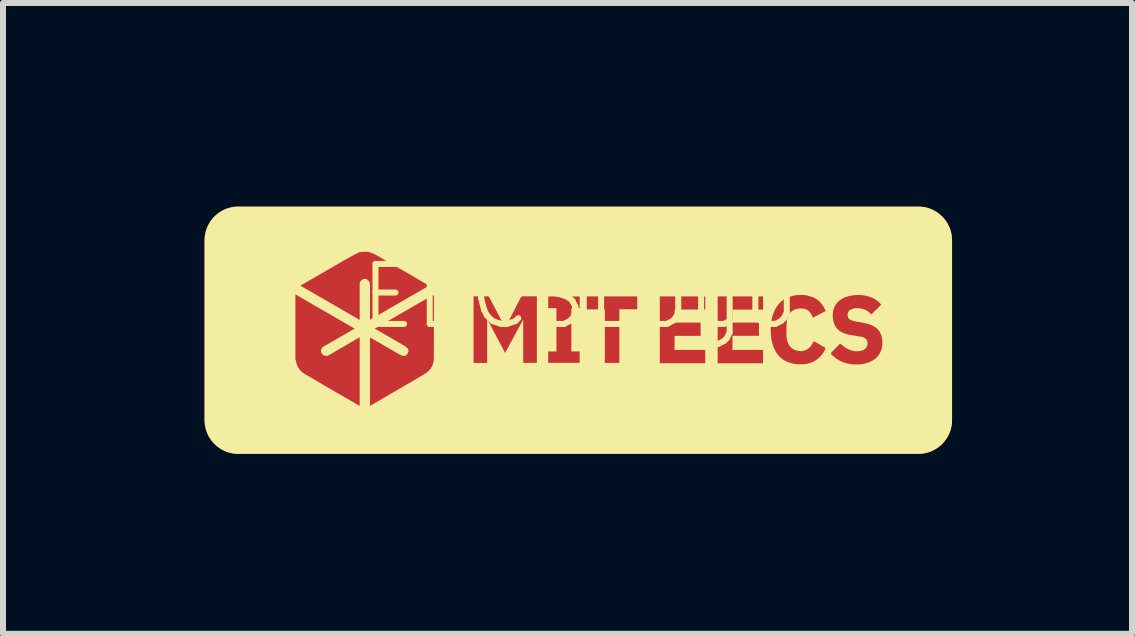
<source format=kicad_pcb>
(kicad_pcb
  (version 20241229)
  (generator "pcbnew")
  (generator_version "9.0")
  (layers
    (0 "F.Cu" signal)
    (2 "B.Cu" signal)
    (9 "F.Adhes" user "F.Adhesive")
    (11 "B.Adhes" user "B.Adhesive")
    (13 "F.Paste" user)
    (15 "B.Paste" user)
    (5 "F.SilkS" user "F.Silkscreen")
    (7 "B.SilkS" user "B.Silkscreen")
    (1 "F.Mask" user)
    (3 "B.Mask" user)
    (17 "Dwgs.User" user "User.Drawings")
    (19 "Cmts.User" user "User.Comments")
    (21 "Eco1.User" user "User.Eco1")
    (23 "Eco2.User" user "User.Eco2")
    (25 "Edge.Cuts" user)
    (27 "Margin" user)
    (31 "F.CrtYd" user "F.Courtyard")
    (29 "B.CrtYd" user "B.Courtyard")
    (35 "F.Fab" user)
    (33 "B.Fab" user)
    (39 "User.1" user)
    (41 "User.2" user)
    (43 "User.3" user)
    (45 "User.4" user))
  (footprint "EECSLogo"
    (layer "F.Cu")
    (at 0.25 0.25)
    (property "Reference" "EECSLogo" (at 6.365 1.643 0) (unlocked yes) (layer "F.SilkS") (effects (font (size 1 1) (thickness 0.1))))
    (fp_poly (pts (xy 12.039 0.145) (xy 12.068 0.147) (xy 12.096 0.15) (xy 12.123 0.155) (xy 12.151 0.162) (xy 12.177 0.169) (xy 12.204 0.178) (xy 12.229 0.188) (xy 12.254 0.199) (xy 12.278 0.212) (xy 12.302 0.225) (xy 12.325 0.24) (xy 12.347 0.256) (xy 12.368 0.273) (xy 12.389 0.29) (xy 12.408 0.309) (xy 12.427 0.328) (xy 12.444 0.349) (xy 12.461 0.37) (xy 12.477 0.392) (xy 12.491 0.415) (xy 12.505 0.439) (xy 12.517 0.463) (xy 12.529 0.488) (xy 12.539 0.513) (xy 12.548 0.54) (xy 12.555 0.566) (xy 12.562 0.593) (xy 12.567 0.621) (xy 12.57 0.649) (xy 12.572 0.678) (xy 12.573 0.707) (xy 12.573 3.704) (xy 12.572 3.733) (xy 12.57 3.762) (xy 12.567 3.79) (xy 12.562 3.818) (xy 12.555 3.845) (xy 12.548 3.872) (xy 12.539 3.898) (xy 12.529 3.923) (xy 12.517 3.948) (xy 12.505 3.973) (xy 12.491 3.996) (xy 12.477 4.019) (xy 12.461 4.041) (xy 12.444 4.062) (xy 12.427 4.083) (xy 12.408 4.102) (xy 12.389 4.121) (xy 12.368 4.139) (xy 12.347 4.155) (xy 12.325 4.171) (xy 12.302 4.186) (xy 12.278 4.199) (xy 12.254 4.212) (xy 12.229 4.223) (xy 12.204 4.233) (xy 12.177 4.242) (xy 12.151 4.249) (xy 12.123 4.256) (xy 12.096 4.261) (xy 12.068 4.264) (xy 12.039 4.266) (xy 12.01 4.267) (xy 0.673 4.267) (xy 0.644 4.266) (xy 0.616 4.264) (xy 0.587 4.261) (xy 0.56 4.256) (xy 0.532 4.249) (xy 0.506 4.242) (xy 0.48 4.233) (xy 0.454 4.223) (xy 0.429 4.212) (xy 0.405 4.199) (xy 0.381 4.186) (xy 0.358 4.171) (xy 0.336 4.155) (xy 0.315 4.139) (xy 0.295 4.121) (xy 0.275 4.102) (xy 0.256 4.083) (xy 0.239 4.062) (xy 0.222 4.041) (xy 0.206 4.019) (xy 0.192 3.996) (xy 0.178 3.973) (xy 0.166 3.948) (xy 0.154 3.923) (xy 0.144 3.898) (xy 0.135 3.872) (xy 0.128 3.845) (xy 0.122 3.818) (xy 0.117 3.79) (xy 0.113 3.762) (xy 0.111 3.733) (xy 0.11 3.704) (xy 0.11 0.707) (xy 0.111 0.678) (xy 0.113 0.649) (xy 0.117 0.621) (xy 0.122 0.593) (xy 0.128 0.566) (xy 0.135 0.54) (xy 0.144 0.513) (xy 0.154 0.488) (xy 0.166 0.463) (xy 0.178 0.439) (xy 0.192 0.415) (xy 0.206 0.392) (xy 0.222 0.37) (xy 0.239 0.349) (xy 0.256 0.328) (xy 0.275 0.309) (xy 0.295 0.29) (xy 0.315 0.273) (xy 0.336 0.256) (xy 0.358 0.24) (xy 0.381 0.225) (xy 0.405 0.212) (xy 0.429 0.199) (xy 0.454 0.188) (xy 0.48 0.178) (xy 0.506 0.169) (xy 0.532 0.162) (xy 0.56 0.155) (xy 0.587 0.15) (xy 0.616 0.147) (xy 0.644 0.145) (xy 0.673 0.144) (xy 12.01 0.144)) (stroke (width 0) (type solid)) (fill yes) (layer "F.Cu"))
    (fp_poly (pts (xy 8.458 1.861) (xy 7.947 1.861) (xy 7.947 2.078) (xy 8.381 2.078) (xy 8.381 2.3) (xy 7.947 2.3) (xy 7.947 2.534) (xy 8.458 2.534) (xy 8.458 2.755) (xy 7.7 2.755) (xy 7.7 1.642) (xy 8.458 1.642)) (stroke (width 0) (type solid)) (fill yes) (layer "F.Mask"))
    (fp_poly (pts (xy 9.423 1.862) (xy 8.912 1.862) (xy 8.912 2.078) (xy 9.353 2.078) (xy 9.353 2.299) (xy 8.912 2.299) (xy 8.912 2.534) (xy 9.422 2.534) (xy 9.422 2.756) (xy 8.665 2.756) (xy 8.665 1.642) (xy 9.423 1.642)) (stroke (width 0) (type solid)) (fill yes) (layer "F.Mask"))
    (fp_poly (pts (xy 2.867 0.906) (xy 2.891 0.915) (xy 2.914 0.925) (xy 2.937 0.935) (xy 2.959 0.946) (xy 2.982 0.958) (xy 3.025 0.982) (xy 3.069 1.008) (xy 3.112 1.034) (xy 3.155 1.06) (xy 3.198 1.085) (xy 3.275 1.128) (xy 3.352 1.172) (xy 3.506 1.26) (xy 3.841 1.456) (xy 3.842 1.456) (xy 3.842 1.456) (xy 3.842 1.456) (xy 3.843 1.457) (xy 3.843 1.458) (xy 3.844 1.459) (xy 3.846 1.461) (xy 3.847 1.463) (xy 3.849 1.465) (xy 2.87 2.031) (xy 2.869 2.011) (xy 2.869 2.002) (xy 2.869 1.998) (xy 2.869 1.994) (xy 2.869 1.46) (xy 2.869 1.454) (xy 2.869 1.448) (xy 2.868 1.441) (xy 2.867 1.435) (xy 2.867 1.429) (xy 2.865 1.423) (xy 2.864 1.417) (xy 2.862 1.411) (xy 2.86 1.405) (xy 2.858 1.4) (xy 2.855 1.394) (xy 2.852 1.389) (xy 2.848 1.384) (xy 2.846 1.381) (xy 2.844 1.379) (xy 2.842 1.377) (xy 2.84 1.374) (xy 2.838 1.372) (xy 2.835 1.37) (xy 2.834 1.37) (xy 2.83 1.366) (xy 2.824 1.362) (xy 2.819 1.359) (xy 2.814 1.356) (xy 2.809 1.354) (xy 2.804 1.352) (xy 2.798 1.35) (xy 2.793 1.349) (xy 2.787 1.349) (xy 2.784 1.349) (xy 2.781 1.349) (xy 2.778 1.349) (xy 2.776 1.349) (xy 2.773 1.349) (xy 2.77 1.35) (xy 2.767 1.351) (xy 2.764 1.352) (xy 2.761 1.352) (xy 2.758 1.354) (xy 2.755 1.355) (xy 2.752 1.356) (xy 2.749 1.358) (xy 2.746 1.359) (xy 2.74 1.363) (xy 2.735 1.366) (xy 2.73 1.37) (xy 2.725 1.374) (xy 2.721 1.378) (xy 2.717 1.383) (xy 2.713 1.387) (xy 2.71 1.392) (xy 2.707 1.397) (xy 2.704 1.402) (xy 2.702 1.408) (xy 2.7 1.414) (xy 2.699 1.42) (xy 2.698 1.426) (xy 2.697 1.433) (xy 2.697 1.44) (xy 2.697 1.992) (xy 2.697 2.034) (xy 1.708 1.462) (xy 1.872 1.368) (xy 2.211 1.172) (xy 2.349 1.092) (xy 2.418 1.052) (xy 2.488 1.012) (xy 2.532 0.988) (xy 2.576 0.964) (xy 2.621 0.94) (xy 2.666 0.917) (xy 2.669 0.916) (xy 2.672 0.914) (xy 2.676 0.913) (xy 2.679 0.911) (xy 2.686 0.909) (xy 2.694 0.907) (xy 2.708 0.902) (xy 2.715 0.9) (xy 2.723 0.898) (xy 2.843 0.898)) (stroke (width 0) (type solid)) (fill yes) (layer "F.Mask"))
    (fp_poly (pts (xy 1.948 1.795) (xy 2.252 1.97) (xy 2.564 2.151) (xy 2.575 2.157) (xy 2.587 2.164) (xy 2.614 2.178) (xy 2.466 2.264) (xy 2.095 2.478) (xy 2.091 2.481) (xy 2.087 2.483) (xy 2.084 2.486) (xy 2.081 2.488) (xy 2.077 2.491) (xy 2.074 2.494) (xy 2.072 2.497) (xy 2.069 2.501) (xy 2.067 2.504) (xy 2.064 2.507) (xy 2.062 2.511) (xy 2.061 2.514) (xy 2.059 2.518) (xy 2.057 2.521) (xy 2.056 2.525) (xy 2.055 2.529) (xy 2.054 2.533) (xy 2.053 2.536) (xy 2.053 2.54) (xy 2.052 2.544) (xy 2.052 2.548) (xy 2.052 2.552) (xy 2.053 2.556) (xy 2.053 2.56) (xy 2.054 2.564) (xy 2.054 2.568) (xy 2.055 2.572) (xy 2.057 2.575) (xy 2.058 2.579) (xy 2.06 2.583) (xy 2.061 2.587) (xy 2.063 2.591) (xy 2.066 2.594) (xy 2.068 2.598) (xy 2.071 2.601) (xy 2.074 2.605) (xy 2.076 2.608) (xy 2.079 2.611) (xy 2.083 2.613) (xy 2.086 2.616) (xy 2.089 2.619) (xy 2.093 2.621) (xy 2.096 2.623) (xy 2.1 2.625) (xy 2.104 2.627) (xy 2.108 2.628) (xy 2.112 2.63) (xy 2.116 2.631) (xy 2.12 2.632) (xy 2.124 2.632) (xy 2.128 2.633) (xy 2.133 2.633) (xy 2.137 2.634) (xy 2.141 2.633) (xy 2.146 2.633) (xy 2.15 2.633) (xy 2.155 2.632) (xy 2.159 2.631) (xy 2.164 2.63) (xy 2.168 2.628) (xy 2.173 2.627) (xy 2.177 2.625) (xy 2.181 2.622) (xy 2.186 2.62) (xy 2.312 2.546) (xy 2.439 2.472) (xy 2.697 2.323) (xy 2.697 3.463) (xy 2.684 3.463) (xy 2.681 3.46) (xy 2.678 3.458) (xy 2.671 3.453) (xy 2.668 3.45) (xy 2.664 3.448) (xy 2.663 3.447) (xy 2.661 3.446) (xy 2.659 3.445) (xy 2.657 3.444) (xy 2.479 3.342) (xy 2.302 3.24) (xy 1.792 2.942) (xy 1.779 2.934) (xy 1.766 2.926) (xy 1.754 2.917) (xy 1.742 2.908) (xy 1.731 2.898) (xy 1.72 2.888) (xy 1.71 2.877) (xy 1.7 2.866) (xy 1.691 2.855) (xy 1.683 2.843) (xy 1.675 2.831) (xy 1.667 2.818) (xy 1.661 2.804) (xy 1.655 2.79) (xy 1.649 2.776) (xy 1.644 2.761) (xy 1.641 2.751) (xy 1.639 2.741) (xy 1.636 2.731) (xy 1.634 2.721) (xy 1.629 2.701) (xy 1.625 2.682) (xy 1.625 1.608)) (stroke (width 0) (type solid)) (fill yes) (layer "F.Mask"))
    (fp_poly (pts (xy 3.935 1.646) (xy 3.934 2.662) (xy 3.933 2.682) (xy 3.932 2.703) (xy 3.929 2.722) (xy 3.925 2.742) (xy 3.92 2.76) (xy 3.914 2.778) (xy 3.911 2.787) (xy 3.907 2.796) (xy 3.903 2.805) (xy 3.899 2.813) (xy 3.894 2.821) (xy 3.89 2.829) (xy 3.884 2.837) (xy 3.879 2.845) (xy 3.874 2.853) (xy 3.868 2.86) (xy 3.861 2.868) (xy 3.855 2.875) (xy 3.848 2.882) (xy 3.841 2.889) (xy 3.834 2.895) (xy 3.826 2.902) (xy 3.819 2.908) (xy 3.81 2.914) (xy 3.802 2.92) (xy 3.793 2.926) (xy 3.753 2.951) (xy 3.711 2.976) (xy 3.628 3.025) (xy 3.462 3.121) (xy 3.11 3.326) (xy 2.875 3.463) (xy 2.868 3.463) (xy 2.868 2.327) (xy 2.937 2.365) (xy 2.971 2.384) (xy 3.004 2.403) (xy 3.286 2.567) (xy 3.315 2.584) (xy 3.33 2.592) (xy 3.345 2.601) (xy 3.36 2.609) (xy 3.375 2.616) (xy 3.39 2.623) (xy 3.398 2.627) (xy 3.406 2.63) (xy 3.409 2.631) (xy 3.413 2.632) (xy 3.416 2.633) (xy 3.419 2.634) (xy 3.423 2.634) (xy 3.426 2.635) (xy 3.429 2.635) (xy 3.433 2.635) (xy 3.436 2.635) (xy 3.439 2.635) (xy 3.442 2.634) (xy 3.445 2.633) (xy 3.449 2.633) (xy 3.452 2.632) (xy 3.455 2.631) (xy 3.458 2.629) (xy 3.461 2.628) (xy 3.463 2.626) (xy 3.466 2.625) (xy 3.469 2.623) (xy 3.472 2.621) (xy 3.474 2.619) (xy 3.477 2.617) (xy 3.479 2.614) (xy 3.482 2.612) (xy 3.484 2.61) (xy 3.487 2.607) (xy 3.489 2.604) (xy 3.491 2.601) (xy 3.493 2.598) (xy 3.495 2.595) (xy 3.497 2.592) (xy 3.501 2.585) (xy 3.504 2.579) (xy 3.505 2.575) (xy 3.506 2.572) (xy 3.507 2.569) (xy 3.508 2.565) (xy 3.509 2.562) (xy 3.509 2.559) (xy 3.51 2.555) (xy 3.51 2.552) (xy 3.51 2.549) (xy 3.51 2.546) (xy 3.51 2.543) (xy 3.51 2.539) (xy 3.509 2.536) (xy 3.509 2.533) (xy 3.508 2.53) (xy 3.507 2.527) (xy 3.506 2.524) (xy 3.505 2.521) (xy 3.503 2.518) (xy 3.502 2.515) (xy 3.5 2.513) (xy 3.498 2.51) (xy 3.496 2.507) (xy 3.493 2.504) (xy 3.491 2.502) (xy 3.488 2.499) (xy 3.485 2.497) (xy 3.482 2.494) (xy 3.475 2.489) (xy 3.467 2.483) (xy 3.452 2.473) (xy 3.436 2.463) (xy 3.421 2.453) (xy 3.388 2.434) (xy 3.356 2.415) (xy 3.202 2.325) (xy 3.047 2.235) (xy 3 2.208) (xy 2.949 2.179) (xy 3.935 1.609)) (stroke (width 0) (type solid)) (fill yes) (layer "F.Mask"))
    (fp_poly (pts (xy 10.084 1.618) (xy 10.111 1.62) (xy 10.137 1.623) (xy 10.163 1.628) (xy 10.189 1.635) (xy 10.214 1.643) (xy 10.24 1.652) (xy 10.266 1.662) (xy 10.281 1.669) (xy 10.295 1.677) (xy 10.309 1.685) (xy 10.322 1.694) (xy 10.335 1.703) (xy 10.347 1.713) (xy 10.359 1.724) (xy 10.37 1.735) (xy 10.381 1.747) (xy 10.391 1.759) (xy 10.401 1.771) (xy 10.411 1.784) (xy 10.42 1.797) (xy 10.428 1.811) (xy 10.437 1.825) (xy 10.445 1.84) (xy 10.447 1.845) (xy 10.45 1.85) (xy 10.455 1.861) (xy 10.461 1.873) (xy 10.467 1.885) (xy 10.254 1.996) (xy 10.25 1.986) (xy 10.245 1.977) (xy 10.236 1.958) (xy 10.231 1.949) (xy 10.226 1.94) (xy 10.221 1.931) (xy 10.218 1.927) (xy 10.215 1.922) (xy 10.209 1.913) (xy 10.202 1.904) (xy 10.194 1.896) (xy 10.187 1.888) (xy 10.179 1.881) (xy 10.17 1.875) (xy 10.161 1.869) (xy 10.152 1.864) (xy 10.143 1.859) (xy 10.133 1.855) (xy 10.123 1.852) (xy 10.113 1.849) (xy 10.102 1.847) (xy 10.091 1.845) (xy 10.08 1.844) (xy 10.068 1.843) (xy 10.056 1.843) (xy 10.045 1.843) (xy 10.033 1.843) (xy 10.021 1.844) (xy 10.01 1.845) (xy 9.998 1.846) (xy 9.987 1.848) (xy 9.976 1.851) (xy 9.965 1.854) (xy 9.955 1.858) (xy 9.944 1.863) (xy 9.934 1.868) (xy 9.924 1.873) (xy 9.914 1.88) (xy 9.904 1.887) (xy 9.894 1.895) (xy 9.894 1.895) (xy 9.885 1.904) (xy 9.877 1.912) (xy 9.87 1.921) (xy 9.863 1.93) (xy 9.856 1.939) (xy 9.85 1.948) (xy 9.845 1.958) (xy 9.84 1.968) (xy 9.836 1.978) (xy 9.832 1.988) (xy 9.828 1.998) (xy 9.826 2.009) (xy 9.823 2.02) (xy 9.821 2.031) (xy 9.82 2.042) (xy 9.818 2.053) (xy 9.816 2.082) (xy 9.815 2.111) (xy 9.813 2.139) (xy 9.812 2.168) (xy 9.812 2.197) (xy 9.812 2.226) (xy 9.812 2.255) (xy 9.812 2.284) (xy 9.812 2.295) (xy 9.813 2.307) (xy 9.814 2.319) (xy 9.815 2.331) (xy 9.817 2.342) (xy 9.818 2.354) (xy 9.821 2.365) (xy 9.823 2.377) (xy 9.826 2.388) (xy 9.83 2.399) (xy 9.834 2.41) (xy 9.838 2.421) (xy 9.844 2.432) (xy 9.849 2.443) (xy 9.855 2.453) (xy 9.862 2.463) (xy 9.869 2.472) (xy 9.876 2.481) (xy 9.884 2.489) (xy 9.892 2.497) (xy 9.9 2.504) (xy 9.908 2.51) (xy 9.917 2.516) (xy 9.925 2.521) (xy 9.935 2.526) (xy 9.944 2.531) (xy 9.954 2.535) (xy 9.964 2.539) (xy 9.974 2.542) (xy 9.985 2.545) (xy 9.996 2.547) (xy 10.007 2.55) (xy 10.022 2.552) (xy 10.037 2.553) (xy 10.051 2.553) (xy 10.065 2.553) (xy 10.079 2.552) (xy 10.092 2.549) (xy 10.105 2.546) (xy 10.118 2.543) (xy 10.13 2.538) (xy 10.142 2.533) (xy 10.154 2.526) (xy 10.165 2.519) (xy 10.176 2.512) (xy 10.187 2.503) (xy 10.198 2.493) (xy 10.208 2.483) (xy 10.212 2.478) (xy 10.217 2.473) (xy 10.221 2.467) (xy 10.225 2.462) (xy 10.229 2.456) (xy 10.233 2.45) (xy 10.24 2.438) (xy 10.255 2.413) (xy 10.262 2.4) (xy 10.27 2.388) (xy 10.362 2.442) (xy 10.408 2.468) (xy 10.453 2.496) (xy 10.453 2.496) (xy 10.454 2.497) (xy 10.455 2.497) (xy 10.455 2.498) (xy 10.456 2.499) (xy 10.457 2.501) (xy 10.458 2.503) (xy 10.458 2.505) (xy 10.459 2.507) (xy 10.46 2.509) (xy 10.46 2.511) (xy 10.46 2.513) (xy 10.46 2.516) (xy 10.46 2.518) (xy 10.46 2.52) (xy 10.46 2.522) (xy 10.46 2.522) (xy 10.46 2.523) (xy 10.459 2.524) (xy 10.459 2.525) (xy 10.444 2.551) (xy 10.429 2.575) (xy 10.413 2.599) (xy 10.396 2.621) (xy 10.377 2.642) (xy 10.358 2.661) (xy 10.338 2.679) (xy 10.317 2.695) (xy 10.294 2.71) (xy 10.271 2.724) (xy 10.247 2.736) (xy 10.221 2.746) (xy 10.194 2.755) (xy 10.166 2.762) (xy 10.137 2.767) (xy 10.107 2.771) (xy 10.086 2.773) (xy 10.065 2.774) (xy 10.045 2.774) (xy 10.025 2.774) (xy 10.004 2.773) (xy 9.984 2.772) (xy 9.965 2.77) (xy 9.945 2.767) (xy 9.925 2.763) (xy 9.906 2.759) (xy 9.887 2.754) (xy 9.868 2.748) (xy 9.849 2.741) (xy 9.83 2.734) (xy 9.811 2.725) (xy 9.792 2.716) (xy 9.775 2.706) (xy 9.757 2.696) (xy 9.741 2.684) (xy 9.726 2.672) (xy 9.711 2.66) (xy 9.697 2.646) (xy 9.684 2.632) (xy 9.671 2.618) (xy 9.66 2.602) (xy 9.649 2.587) (xy 9.638 2.57) (xy 9.628 2.553) (xy 9.619 2.536) (xy 9.611 2.518) (xy 9.603 2.5) (xy 9.595 2.481) (xy 9.588 2.46) (xy 9.581 2.439) (xy 9.575 2.418) (xy 9.57 2.397) (xy 9.566 2.376) (xy 9.562 2.354) (xy 9.558 2.333) (xy 9.556 2.311) (xy 9.554 2.29) (xy 9.552 2.268) (xy 9.551 2.247) (xy 9.55 2.225) (xy 9.55 2.182) (xy 9.552 2.138) (xy 9.555 2.103) (xy 9.557 2.086) (xy 9.559 2.068) (xy 9.561 2.051) (xy 9.564 2.034) (xy 9.568 2.017) (xy 9.571 2) (xy 9.575 1.983) (xy 9.58 1.966) (xy 9.585 1.949) (xy 9.591 1.933) (xy 9.597 1.916) (xy 9.604 1.9) (xy 9.611 1.884) (xy 9.619 1.868) (xy 9.628 1.85) (xy 9.639 1.832) (xy 9.65 1.815) (xy 9.661 1.798) (xy 9.673 1.782) (xy 9.686 1.767) (xy 9.699 1.752) (xy 9.713 1.738) (xy 9.728 1.725) (xy 9.743 1.712) (xy 9.759 1.701) (xy 9.776 1.69) (xy 9.793 1.679) (xy 9.811 1.67) (xy 9.83 1.662) (xy 9.849 1.654) (xy 9.875 1.645) (xy 9.901 1.637) (xy 9.927 1.631) (xy 9.953 1.625) (xy 9.98 1.621) (xy 10.006 1.618) (xy 10.032 1.617) (xy 10.058 1.617)) (stroke (width 0) (type solid)) (fill yes) (layer "F.Mask"))
    (fp_poly (pts (xy 11.042 1.619) (xy 11.068 1.621) (xy 11.094 1.624) (xy 11.119 1.628) (xy 11.145 1.634) (xy 11.17 1.64) (xy 11.196 1.647) (xy 11.221 1.656) (xy 11.246 1.666) (xy 11.255 1.67) (xy 11.264 1.675) (xy 11.274 1.68) (xy 11.285 1.687) (xy 11.296 1.694) (xy 11.307 1.702) (xy 11.318 1.71) (xy 11.329 1.718) (xy 11.339 1.726) (xy 11.35 1.735) (xy 11.359 1.743) (xy 11.368 1.752) (xy 11.375 1.76) (xy 11.382 1.767) (xy 11.387 1.774) (xy 11.389 1.777) (xy 11.391 1.78) (xy 11.227 1.943) (xy 11.219 1.934) (xy 11.211 1.926) (xy 11.202 1.918) (xy 11.193 1.91) (xy 11.184 1.903) (xy 11.175 1.896) (xy 11.165 1.889) (xy 11.156 1.883) (xy 11.146 1.877) (xy 11.135 1.871) (xy 11.125 1.866) (xy 11.114 1.861) (xy 11.103 1.857) (xy 11.092 1.853) (xy 11.08 1.85) (xy 11.068 1.847) (xy 11.056 1.845) (xy 11.043 1.842) (xy 11.031 1.84) (xy 11.018 1.839) (xy 11.006 1.838) (xy 10.993 1.837) (xy 10.981 1.837) (xy 10.968 1.838) (xy 10.956 1.839) (xy 10.944 1.841) (xy 10.932 1.843) (xy 10.92 1.847) (xy 10.908 1.851) (xy 10.896 1.856) (xy 10.885 1.862) (xy 10.873 1.868) (xy 10.868 1.872) (xy 10.863 1.876) (xy 10.858 1.88) (xy 10.854 1.885) (xy 10.85 1.89) (xy 10.847 1.895) (xy 10.844 1.9) (xy 10.841 1.906) (xy 10.838 1.911) (xy 10.836 1.917) (xy 10.835 1.923) (xy 10.833 1.929) (xy 10.832 1.935) (xy 10.831 1.941) (xy 10.831 1.947) (xy 10.831 1.953) (xy 10.831 1.959) (xy 10.832 1.966) (xy 10.833 1.972) (xy 10.835 1.977) (xy 10.836 1.983) (xy 10.838 1.989) (xy 10.841 1.994) (xy 10.844 2) (xy 10.847 2.005) (xy 10.85 2.01) (xy 10.854 2.014) (xy 10.858 2.019) (xy 10.863 2.023) (xy 10.868 2.026) (xy 10.873 2.03) (xy 10.879 2.033) (xy 10.886 2.036) (xy 10.893 2.039) (xy 10.9 2.042) (xy 10.907 2.044) (xy 10.914 2.047) (xy 10.922 2.049) (xy 10.937 2.053) (xy 10.952 2.056) (xy 10.967 2.059) (xy 10.997 2.065) (xy 11.064 2.077) (xy 11.097 2.083) (xy 11.13 2.09) (xy 11.146 2.094) (xy 11.162 2.098) (xy 11.178 2.103) (xy 11.194 2.108) (xy 11.21 2.114) (xy 11.226 2.12) (xy 11.242 2.127) (xy 11.257 2.135) (xy 11.275 2.145) (xy 11.293 2.156) (xy 11.308 2.168) (xy 11.323 2.18) (xy 11.336 2.194) (xy 11.349 2.208) (xy 11.36 2.222) (xy 11.37 2.238) (xy 11.378 2.254) (xy 11.386 2.27) (xy 11.393 2.288) (xy 11.398 2.306) (xy 11.403 2.324) (xy 11.406 2.343) (xy 11.409 2.363) (xy 11.41 2.384) (xy 11.411 2.396) (xy 11.411 2.409) (xy 11.411 2.422) (xy 11.411 2.435) (xy 11.41 2.447) (xy 11.409 2.46) (xy 11.407 2.472) (xy 11.405 2.484) (xy 11.403 2.497) (xy 11.4 2.509) (xy 11.397 2.521) (xy 11.393 2.533) (xy 11.388 2.545) (xy 11.384 2.557) (xy 11.378 2.569) (xy 11.373 2.581) (xy 11.365 2.595) (xy 11.357 2.608) (xy 11.348 2.621) (xy 11.338 2.634) (xy 11.329 2.645) (xy 11.318 2.657) (xy 11.308 2.667) (xy 11.296 2.677) (xy 11.285 2.687) (xy 11.273 2.695) (xy 11.26 2.704) (xy 11.247 2.712) (xy 11.234 2.719) (xy 11.22 2.726) (xy 11.205 2.733) (xy 11.191 2.739) (xy 11.177 2.744) (xy 11.162 2.749) (xy 11.148 2.754) (xy 11.133 2.758) (xy 11.119 2.761) (xy 11.104 2.765) (xy 11.089 2.768) (xy 11.075 2.77) (xy 11.06 2.772) (xy 11.045 2.774) (xy 11.03 2.775) (xy 11.015 2.776) (xy 11 2.777) (xy 10.985 2.777) (xy 10.97 2.777) (xy 10.955 2.776) (xy 10.93 2.775) (xy 10.905 2.772) (xy 10.88 2.769) (xy 10.855 2.765) (xy 10.831 2.76) (xy 10.807 2.755) (xy 10.784 2.748) (xy 10.761 2.74) (xy 10.738 2.731) (xy 10.716 2.721) (xy 10.694 2.71) (xy 10.673 2.698) (xy 10.652 2.684) (xy 10.631 2.669) (xy 10.612 2.653) (xy 10.592 2.635) (xy 10.591 2.634) (xy 10.59 2.633) (xy 10.589 2.633) (xy 10.588 2.632) (xy 10.587 2.631) (xy 10.586 2.63) (xy 10.584 2.629) (xy 10.579 2.626) (xy 10.577 2.624) (xy 10.576 2.624) (xy 10.575 2.623) (xy 10.572 2.621) (xy 10.57 2.619) (xy 10.568 2.618) (xy 10.567 2.616) (xy 10.565 2.615) (xy 10.564 2.613) (xy 10.562 2.611) (xy 10.561 2.61) (xy 10.56 2.608) (xy 10.559 2.606) (xy 10.558 2.605) (xy 10.557 2.603) (xy 10.557 2.601) (xy 10.556 2.599) (xy 10.556 2.598) (xy 10.556 2.596) (xy 10.556 2.594) (xy 10.556 2.593) (xy 10.556 2.591) (xy 10.556 2.589) (xy 10.557 2.587) (xy 10.557 2.586) (xy 10.558 2.584) (xy 10.559 2.582) (xy 10.56 2.58) (xy 10.561 2.578) (xy 10.562 2.576) (xy 10.563 2.574) (xy 10.565 2.573) (xy 10.566 2.571) (xy 10.568 2.569) (xy 10.57 2.567) (xy 10.707 2.428) (xy 10.721 2.438) (xy 10.735 2.449) (xy 10.761 2.47) (xy 10.775 2.481) (xy 10.788 2.49) (xy 10.795 2.495) (xy 10.802 2.5) (xy 10.809 2.504) (xy 10.816 2.508) (xy 10.832 2.517) (xy 10.847 2.524) (xy 10.863 2.531) (xy 10.879 2.538) (xy 10.895 2.543) (xy 10.912 2.547) (xy 10.928 2.551) (xy 10.944 2.554) (xy 10.961 2.555) (xy 10.978 2.556) (xy 10.994 2.556) (xy 11.011 2.555) (xy 11.028 2.553) (xy 11.045 2.55) (xy 11.063 2.546) (xy 11.08 2.541) (xy 11.08 2.541) (xy 11.08 2.541) (xy 11.087 2.539) (xy 11.094 2.536) (xy 11.1 2.532) (xy 11.106 2.529) (xy 11.112 2.525) (xy 11.118 2.52) (xy 11.123 2.516) (xy 11.128 2.511) (xy 11.133 2.506) (xy 11.137 2.5) (xy 11.142 2.495) (xy 11.145 2.489) (xy 11.149 2.483) (xy 11.152 2.476) (xy 11.155 2.47) (xy 11.157 2.463) (xy 11.159 2.457) (xy 11.161 2.45) (xy 11.162 2.443) (xy 11.163 2.436) (xy 11.164 2.43) (xy 11.164 2.423) (xy 11.164 2.416) (xy 11.163 2.409) (xy 11.162 2.402) (xy 11.16 2.395) (xy 11.158 2.389) (xy 11.156 2.382) (xy 11.153 2.376) (xy 11.15 2.369) (xy 11.146 2.363) (xy 11.142 2.357) (xy 11.139 2.353) (xy 11.135 2.35) (xy 11.131 2.346) (xy 11.126 2.342) (xy 11.122 2.339) (xy 11.117 2.336) (xy 11.112 2.333) (xy 11.107 2.33) (xy 11.101 2.327) (xy 11.096 2.325) (xy 11.09 2.323) (xy 11.084 2.321) (xy 11.079 2.319) (xy 11.073 2.317) (xy 11.068 2.316) (xy 11.062 2.315) (xy 10.854 2.281) (xy 10.831 2.275) (xy 10.808 2.269) (xy 10.786 2.262) (xy 10.765 2.254) (xy 10.745 2.244) (xy 10.725 2.234) (xy 10.707 2.223) (xy 10.698 2.216) (xy 10.69 2.21) (xy 10.681 2.203) (xy 10.673 2.196) (xy 10.666 2.189) (xy 10.658 2.181) (xy 10.651 2.173) (xy 10.644 2.164) (xy 10.638 2.156) (xy 10.632 2.146) (xy 10.626 2.137) (xy 10.621 2.127) (xy 10.615 2.117) (xy 10.611 2.106) (xy 10.606 2.095) (xy 10.602 2.083) (xy 10.599 2.072) (xy 10.596 2.059) (xy 10.592 2.041) (xy 10.589 2.024) (xy 10.586 2.006) (xy 10.585 1.988) (xy 10.584 1.971) (xy 10.583 1.954) (xy 10.584 1.937) (xy 10.585 1.921) (xy 10.587 1.905) (xy 10.59 1.889) (xy 10.593 1.873) (xy 10.597 1.857) (xy 10.602 1.842) (xy 10.608 1.828) (xy 10.614 1.813) (xy 10.621 1.799) (xy 10.629 1.786) (xy 10.638 1.773) (xy 10.647 1.76) (xy 10.657 1.748) (xy 10.668 1.736) (xy 10.68 1.725) (xy 10.692 1.714) (xy 10.705 1.703) (xy 10.719 1.694) (xy 10.733 1.684) (xy 10.748 1.676) (xy 10.764 1.668) (xy 10.781 1.66) (xy 10.799 1.653) (xy 10.817 1.647) (xy 10.836 1.641) (xy 10.862 1.635) (xy 10.888 1.629) (xy 10.913 1.625) (xy 10.939 1.621) (xy 10.965 1.619) (xy 10.991 1.618) (xy 11.017 1.618)) (stroke (width 0) (type solid)) (fill yes) (layer "F.Mask"))
    (fp_poly (pts (xy 12.039 0.145) (xy 12.068 0.147) (xy 12.096 0.15) (xy 12.123 0.155) (xy 12.151 0.162) (xy 12.177 0.169) (xy 12.204 0.178) (xy 12.229 0.188) (xy 12.254 0.199) (xy 12.278 0.212) (xy 12.302 0.225) (xy 12.325 0.24) (xy 12.347 0.256) (xy 12.368 0.273) (xy 12.389 0.29) (xy 12.408 0.309) (xy 12.427 0.328) (xy 12.444 0.349) (xy 12.461 0.37) (xy 12.477 0.392) (xy 12.491 0.415) (xy 12.505 0.439) (xy 12.517 0.463) (xy 12.529 0.488) (xy 12.539 0.513) (xy 12.548 0.54) (xy 12.555 0.566) (xy 12.562 0.594) (xy 12.567 0.621) (xy 12.57 0.649) (xy 12.572 0.678) (xy 12.573 0.707) (xy 12.573 3.704) (xy 12.572 3.733) (xy 12.57 3.762) (xy 12.567 3.79) (xy 12.562 3.818) (xy 12.555 3.845) (xy 12.548 3.872) (xy 12.539 3.898) (xy 12.529 3.923) (xy 12.517 3.948) (xy 12.505 3.973) (xy 12.491 3.996) (xy 12.477 4.019) (xy 12.461 4.041) (xy 12.444 4.062) (xy 12.427 4.083) (xy 12.408 4.102) (xy 12.389 4.121) (xy 12.368 4.139) (xy 12.347 4.155) (xy 12.325 4.171) (xy 12.302 4.186) (xy 12.278 4.199) (xy 12.254 4.212) (xy 12.229 4.223) (xy 12.204 4.233) (xy 12.177 4.242) (xy 12.151 4.249) (xy 12.123 4.256) (xy 12.096 4.261) (xy 12.068 4.264) (xy 12.039 4.266) (xy 12.01 4.267) (xy 0.673 4.267) (xy 0.644 4.266) (xy 0.616 4.264) (xy 0.587 4.261) (xy 0.56 4.256) (xy 0.532 4.249) (xy 0.506 4.242) (xy 0.48 4.233) (xy 0.454 4.223) (xy 0.429 4.212) (xy 0.405 4.199) (xy 0.381 4.186) (xy 0.358 4.171) (xy 0.336 4.155) (xy 0.315 4.139) (xy 0.295 4.121) (xy 0.275 4.102) (xy 0.256 4.083) (xy 0.239 4.062) (xy 0.222 4.041) (xy 0.206 4.019) (xy 0.192 3.996) (xy 0.178 3.973) (xy 0.166 3.948) (xy 0.154 3.923) (xy 0.144 3.898) (xy 0.135 3.872) (xy 0.128 3.845) (xy 0.122 3.818) (xy 0.117 3.79) (xy 0.113 3.762) (xy 0.111 3.733) (xy 0.11 3.704) (xy 0.11 1.608) (xy 1.625 1.608) (xy 1.625 2.682) (xy 1.629 2.701) (xy 1.634 2.721) (xy 1.636 2.731) (xy 1.639 2.741) (xy 1.641 2.751) (xy 1.644 2.761) (xy 1.649 2.776) (xy 1.655 2.79) (xy 1.661 2.804) (xy 1.667 2.818) (xy 1.675 2.831) (xy 1.683 2.843) (xy 1.691 2.855) (xy 1.7 2.866) (xy 1.71 2.877) (xy 1.72 2.888) (xy 1.731 2.898) (xy 1.742 2.908) (xy 1.754 2.917) (xy 1.766 2.926) (xy 1.779 2.934) (xy 1.792 2.942) (xy 2.302 3.24) (xy 2.479 3.342) (xy 2.657 3.444) (xy 2.659 3.445) (xy 2.661 3.446) (xy 2.663 3.447) (xy 2.664 3.448) (xy 2.668 3.45) (xy 2.671 3.453) (xy 2.678 3.458) (xy 2.681 3.46) (xy 2.684 3.463) (xy 2.697 3.463) (xy 2.697 3.463) (xy 2.868 3.463) (xy 2.875 3.463) (xy 3.11 3.326) (xy 3.462 3.121) (xy 3.628 3.025) (xy 3.711 2.976) (xy 3.753 2.951) (xy 3.793 2.926) (xy 3.81 2.914) (xy 3.826 2.902) (xy 3.841 2.889) (xy 3.855 2.875) (xy 3.868 2.86) (xy 3.879 2.845) (xy 3.89 2.829) (xy 3.899 2.813) (xy 3.907 2.796) (xy 3.914 2.778) (xy 3.92 2.76) (xy 3.923 2.751) (xy 4.595 2.751) (xy 4.822 2.751) (xy 4.822 2.018) (xy 5.121 2.584) (xy 5.417 2.038) (xy 5.418 2.038) (xy 5.419 2.038) (xy 5.419 2.038) (xy 5.42 2.038) (xy 5.421 2.038) (xy 5.422 2.038) (xy 5.423 2.038) (xy 5.423 2.75) (xy 5.651 2.75) (xy 5.651 1.643) (xy 5.84 1.643) (xy 5.84 1.837) (xy 5.977 1.837) (xy 5.977 2.56) (xy 5.84 2.56) (xy 5.84 2.75) (xy 6.364 2.75) (xy 6.364 2.559) (xy 6.226 2.559) (xy 6.226 1.836) (xy 6.365 1.836) (xy 6.365 1.643) (xy 5.84 1.643) (xy 5.651 1.643) (xy 5.651 1.642) (xy 6.483 1.642) (xy 6.483 1.858) (xy 6.784 1.858) (xy 6.784 2.751) (xy 7.026 2.751) (xy 7.026 1.856) (xy 7.324 1.856) (xy 7.324 1.642) (xy 6.483 1.642) (xy 5.651 1.642) (xy 5.651 1.642) (xy 7.7 1.642) (xy 7.7 2.755) (xy 8.458 2.755) (xy 8.458 2.534) (xy 7.947 2.534) (xy 7.947 2.3) (xy 8.381 2.3) (xy 8.381 2.078) (xy 7.947 2.078) (xy 7.947 1.861) (xy 8.458 1.861) (xy 8.458 1.642) (xy 8.665 1.642) (xy 8.665 2.756) (xy 9.422 2.756) (xy 9.422 2.534) (xy 8.912 2.534) (xy 8.912 2.299) (xy 9.353 2.299) (xy 9.353 2.225) (xy 9.55 2.225) (xy 9.551 2.247) (xy 9.552 2.268) (xy 9.554 2.29) (xy 9.556 2.311) (xy 9.558 2.333) (xy 9.562 2.354) (xy 9.566 2.376) (xy 9.57 2.397) (xy 9.575 2.418) (xy 9.581 2.439) (xy 9.588 2.46) (xy 9.595 2.481) (xy 9.603 2.5) (xy 9.611 2.518) (xy 9.619 2.536) (xy 9.628 2.553) (xy 9.638 2.57) (xy 9.649 2.587) (xy 9.66 2.602) (xy 9.671 2.618) (xy 9.684 2.632) (xy 9.697 2.646) (xy 9.711 2.66) (xy 9.726 2.672) (xy 9.741 2.684) (xy 9.757 2.696) (xy 9.775 2.706) (xy 9.792 2.716) (xy 9.811 2.725) (xy 9.83 2.734) (xy 9.849 2.741) (xy 9.868 2.748) (xy 9.887 2.754) (xy 9.906 2.759) (xy 9.925 2.763) (xy 9.945 2.767) (xy 9.965 2.77) (xy 9.984 2.772) (xy 10.004 2.773) (xy 10.025 2.774) (xy 10.045 2.774) (xy 10.065 2.774) (xy 10.086 2.773) (xy 10.107 2.771) (xy 10.137 2.767) (xy 10.152 2.765) (xy 10.166 2.762) (xy 10.18 2.759) (xy 10.194 2.755) (xy 10.208 2.751) (xy 10.221 2.746) (xy 10.234 2.741) (xy 10.247 2.736) (xy 10.259 2.73) (xy 10.271 2.724) (xy 10.283 2.717) (xy 10.294 2.71) (xy 10.317 2.695) (xy 10.338 2.679) (xy 10.358 2.661) (xy 10.377 2.642) (xy 10.396 2.621) (xy 10.413 2.599) (xy 10.416 2.594) (xy 10.556 2.594) (xy 10.556 2.596) (xy 10.556 2.598) (xy 10.556 2.599) (xy 10.557 2.601) (xy 10.557 2.603) (xy 10.558 2.605) (xy 10.559 2.606) (xy 10.56 2.608) (xy 10.561 2.61) (xy 10.562 2.611) (xy 10.564 2.613) (xy 10.565 2.615) (xy 10.567 2.616) (xy 10.568 2.618) (xy 10.57 2.619) (xy 10.572 2.621) (xy 10.575 2.623) (xy 10.576 2.624) (xy 10.577 2.624) (xy 10.578 2.625) (xy 10.579 2.626) (xy 10.584 2.629) (xy 10.586 2.63) (xy 10.587 2.631) (xy 10.588 2.632) (xy 10.589 2.633) (xy 10.59 2.633) (xy 10.591 2.634) (xy 10.592 2.635) (xy 10.612 2.653) (xy 10.631 2.669) (xy 10.652 2.684) (xy 10.673 2.698) (xy 10.694 2.71) (xy 10.716 2.721) (xy 10.738 2.731) (xy 10.761 2.74) (xy 10.784 2.748) (xy 10.807 2.755) (xy 10.831 2.76) (xy 10.855 2.765) (xy 10.88 2.769) (xy 10.905 2.772) (xy 10.93 2.775) (xy 10.955 2.776) (xy 10.97 2.777) (xy 10.985 2.777) (xy 11 2.777) (xy 11.015 2.776) (xy 11.03 2.775) (xy 11.045 2.774) (xy 11.06 2.772) (xy 11.075 2.77) (xy 11.089 2.768) (xy 11.104 2.765) (xy 11.119 2.761) (xy 11.133 2.758) (xy 11.148 2.754) (xy 11.162 2.749) (xy 11.177 2.744) (xy 11.191 2.739) (xy 11.205 2.733) (xy 11.22 2.726) (xy 11.234 2.719) (xy 11.247 2.712) (xy 11.26 2.704) (xy 11.273 2.695) (xy 11.285 2.687) (xy 11.296 2.677) (xy 11.308 2.667) (xy 11.318 2.657) (xy 11.329 2.645) (xy 11.338 2.634) (xy 11.348 2.621) (xy 11.357 2.608) (xy 11.365 2.595) (xy 11.373 2.581) (xy 11.373 2.581) (xy 11.378 2.569) (xy 11.384 2.557) (xy 11.388 2.545) (xy 11.393 2.533) (xy 11.397 2.521) (xy 11.4 2.509) (xy 11.403 2.497) (xy 11.405 2.484) (xy 11.407 2.472) (xy 11.409 2.46) (xy 11.41 2.447) (xy 11.411 2.435) (xy 11.411 2.422) (xy 11.411 2.409) (xy 11.411 2.396) (xy 11.41 2.384) (xy 11.409 2.363) (xy 11.406 2.343) (xy 11.403 2.324) (xy 11.398 2.306) (xy 11.393 2.288) (xy 11.389 2.279) (xy 11.386 2.27) (xy 11.382 2.262) (xy 11.378 2.254) (xy 11.374 2.246) (xy 11.37 2.238) (xy 11.365 2.23) (xy 11.36 2.222) (xy 11.354 2.215) (xy 11.349 2.208) (xy 11.343 2.201) (xy 11.336 2.194) (xy 11.33 2.187) (xy 11.323 2.18) (xy 11.316 2.174) (xy 11.308 2.168) (xy 11.301 2.162) (xy 11.293 2.156) (xy 11.284 2.15) (xy 11.275 2.145) (xy 11.266 2.14) (xy 11.257 2.135) (xy 11.242 2.127) (xy 11.226 2.12) (xy 11.21 2.114) (xy 11.194 2.108) (xy 11.178 2.103) (xy 11.162 2.098) (xy 11.146 2.094) (xy 11.13 2.09) (xy 11.097 2.083) (xy 11.064 2.077) (xy 10.997 2.065) (xy 10.967 2.059) (xy 10.952 2.056) (xy 10.937 2.053) (xy 10.922 2.049) (xy 10.914 2.047) (xy 10.907 2.044) (xy 10.9 2.042) (xy 10.893 2.039) (xy 10.886 2.036) (xy 10.879 2.033) (xy 10.873 2.03) (xy 10.868 2.026) (xy 10.863 2.023) (xy 10.858 2.019) (xy 10.854 2.014) (xy 10.85 2.01) (xy 10.847 2.005) (xy 10.844 2) (xy 10.841 1.994) (xy 10.838 1.989) (xy 10.836 1.983) (xy 10.835 1.977) (xy 10.833 1.972) (xy 10.832 1.966) (xy 10.831 1.959) (xy 10.831 1.953) (xy 10.831 1.947) (xy 10.831 1.941) (xy 10.832 1.935) (xy 10.833 1.929) (xy 10.835 1.923) (xy 10.836 1.917) (xy 10.838 1.911) (xy 10.841 1.906) (xy 10.844 1.9) (xy 10.847 1.895) (xy 10.85 1.89) (xy 10.854 1.885) (xy 10.858 1.88) (xy 10.863 1.876) (xy 10.868 1.872) (xy 10.873 1.868) (xy 10.885 1.862) (xy 10.896 1.856) (xy 10.908 1.851) (xy 10.92 1.847) (xy 10.932 1.843) (xy 10.944 1.841) (xy 10.956 1.839) (xy 10.968 1.838) (xy 10.981 1.837) (xy 10.993 1.837) (xy 11.006 1.838) (xy 11.018 1.839) (xy 11.031 1.84) (xy 11.043 1.842) (xy 11.056 1.845) (xy 11.068 1.847) (xy 11.08 1.85) (xy 11.092 1.853) (xy 11.103 1.857) (xy 11.114 1.861) (xy 11.125 1.866) (xy 11.135 1.871) (xy 11.146 1.877) (xy 11.156 1.883) (xy 11.165 1.889) (xy 11.175 1.896) (xy 11.184 1.903) (xy 11.193 1.91) (xy 11.202 1.918) (xy 11.211 1.926) (xy 11.219 1.934) (xy 11.227 1.943) (xy 11.391 1.78) (xy 11.387 1.774) (xy 11.382 1.767) (xy 11.375 1.76) (xy 11.368 1.752) (xy 11.359 1.743) (xy 11.35 1.735) (xy 11.339 1.726) (xy 11.329 1.718) (xy 11.318 1.71) (xy 11.307 1.702) (xy 11.296 1.694) (xy 11.285 1.687) (xy 11.274 1.68) (xy 11.264 1.675) (xy 11.255 1.67) (xy 11.246 1.666) (xy 11.221 1.656) (xy 11.196 1.647) (xy 11.17 1.64) (xy 11.145 1.634) (xy 11.119 1.628) (xy 11.094 1.624) (xy 11.068 1.621) (xy 11.042 1.619) (xy 11.017 1.618) (xy 10.991 1.618) (xy 10.965 1.619) (xy 10.939 1.621) (xy 10.913 1.625) (xy 10.888 1.629) (xy 10.862 1.635) (xy 10.836 1.641) (xy 10.817 1.647) (xy 10.799 1.653) (xy 10.781 1.66) (xy 10.764 1.668) (xy 10.748 1.676) (xy 10.733 1.684) (xy 10.719 1.694) (xy 10.705 1.703) (xy 10.692 1.714) (xy 10.68 1.725) (xy 10.668 1.736) (xy 10.657 1.748) (xy 10.647 1.76) (xy 10.638 1.773) (xy 10.629 1.786) (xy 10.621 1.799) (xy 10.614 1.813) (xy 10.608 1.828) (xy 10.602 1.842) (xy 10.597 1.857) (xy 10.593 1.873) (xy 10.59 1.889) (xy 10.587 1.905) (xy 10.585 1.921) (xy 10.584 1.937) (xy 10.583 1.954) (xy 10.584 1.971) (xy 10.585 1.988) (xy 10.589 2.024) (xy 10.596 2.059) (xy 10.599 2.072) (xy 10.602 2.083) (xy 10.606 2.095) (xy 10.611 2.106) (xy 10.615 2.117) (xy 10.621 2.127) (xy 10.626 2.137) (xy 10.632 2.146) (xy 10.638 2.156) (xy 10.644 2.164) (xy 10.651 2.173) (xy 10.658 2.181) (xy 10.673 2.196) (xy 10.69 2.21) (xy 10.707 2.223) (xy 10.725 2.234) (xy 10.745 2.244) (xy 10.765 2.254) (xy 10.786 2.262) (xy 10.808 2.269) (xy 10.831 2.275) (xy 10.854 2.281) (xy 11.062 2.315) (xy 11.068 2.316) (xy 11.073 2.317) (xy 11.079 2.319) (xy 11.084 2.321) (xy 11.09 2.323) (xy 11.096 2.325) (xy 11.101 2.327) (xy 11.107 2.33) (xy 11.112 2.333) (xy 11.117 2.336) (xy 11.122 2.339) (xy 11.126 2.342) (xy 11.131 2.346) (xy 11.135 2.35) (xy 11.139 2.353) (xy 11.142 2.357) (xy 11.146 2.363) (xy 11.15 2.369) (xy 11.153 2.376) (xy 11.156 2.382) (xy 11.158 2.389) (xy 11.16 2.395) (xy 11.162 2.402) (xy 11.163 2.409) (xy 11.164 2.416) (xy 11.164 2.423) (xy 11.164 2.43) (xy 11.163 2.436) (xy 11.162 2.443) (xy 11.161 2.45) (xy 11.159 2.457) (xy 11.157 2.463) (xy 11.155 2.47) (xy 11.152 2.476) (xy 11.149 2.483) (xy 11.145 2.489) (xy 11.142 2.495) (xy 11.137 2.5) (xy 11.133 2.506) (xy 11.128 2.511) (xy 11.123 2.516) (xy 11.118 2.52) (xy 11.112 2.525) (xy 11.106 2.529) (xy 11.1 2.532) (xy 11.094 2.536) (xy 11.087 2.539) (xy 11.08 2.541) (xy 11.063 2.546) (xy 11.045 2.55) (xy 11.028 2.553) (xy 11.011 2.555) (xy 10.994 2.556) (xy 10.978 2.556) (xy 10.961 2.555) (xy 10.944 2.554) (xy 10.928 2.551) (xy 10.912 2.547) (xy 10.895 2.543) (xy 10.879 2.538) (xy 10.863 2.531) (xy 10.847 2.524) (xy 10.832 2.517) (xy 10.816 2.508) (xy 10.809 2.504) (xy 10.802 2.5) (xy 10.795 2.495) (xy 10.788 2.49) (xy 10.775 2.481) (xy 10.761 2.47) (xy 10.735 2.449) (xy 10.721 2.438) (xy 10.707 2.428) (xy 10.57 2.567) (xy 10.568 2.569) (xy 10.566 2.571) (xy 10.565 2.573) (xy 10.563 2.574) (xy 10.562 2.576) (xy 10.561 2.578) (xy 10.56 2.58) (xy 10.559 2.582) (xy 10.558 2.584) (xy 10.557 2.586) (xy 10.557 2.587) (xy 10.556 2.589) (xy 10.556 2.591) (xy 10.556 2.593) (xy 10.556 2.594) (xy 10.416 2.594) (xy 10.429 2.575) (xy 10.444 2.551) (xy 10.459 2.525) (xy 10.459 2.524) (xy 10.46 2.523) (xy 10.46 2.522) (xy 10.46 2.522) (xy 10.46 2.521) (xy 10.46 2.52) (xy 10.46 2.518) (xy 10.46 2.516) (xy 10.46 2.513) (xy 10.46 2.511) (xy 10.46 2.509) (xy 10.459 2.507) (xy 10.458 2.505) (xy 10.458 2.503) (xy 10.457 2.501) (xy 10.456 2.499) (xy 10.456 2.499) (xy 10.455 2.498) (xy 10.455 2.497) (xy 10.454 2.497) (xy 10.453 2.496) (xy 10.453 2.496) (xy 10.408 2.468) (xy 10.362 2.442) (xy 10.27 2.388) (xy 10.262 2.4) (xy 10.255 2.413) (xy 10.24 2.438) (xy 10.233 2.45) (xy 10.229 2.456) (xy 10.225 2.462) (xy 10.221 2.467) (xy 10.217 2.473) (xy 10.212 2.478) (xy 10.208 2.483) (xy 10.198 2.493) (xy 10.187 2.503) (xy 10.176 2.512) (xy 10.165 2.519) (xy 10.154 2.526) (xy 10.142 2.533) (xy 10.13 2.538) (xy 10.118 2.543) (xy 10.105 2.546) (xy 10.092 2.549) (xy 10.079 2.552) (xy 10.065 2.553) (xy 10.051 2.553) (xy 10.037 2.553) (xy 10.022 2.552) (xy 10.007 2.55) (xy 9.996 2.547) (xy 9.985 2.545) (xy 9.974 2.542) (xy 9.964 2.539) (xy 9.954 2.535) (xy 9.944 2.531) (xy 9.935 2.526) (xy 9.925 2.521) (xy 9.917 2.516) (xy 9.908 2.51) (xy 9.9 2.504) (xy 9.892 2.497) (xy 9.884 2.489) (xy 9.876 2.481) (xy 9.869 2.472) (xy 9.862 2.463) (xy 9.855 2.453) (xy 9.849 2.443) (xy 9.844 2.432) (xy 9.838 2.421) (xy 9.834 2.41) (xy 9.83 2.399) (xy 9.826 2.388) (xy 9.823 2.377) (xy 9.821 2.365) (xy 9.818 2.354) (xy 9.817 2.342) (xy 9.815 2.331) (xy 9.814 2.319) (xy 9.813 2.307) (xy 9.812 2.284) (xy 9.812 2.284) (xy 9.812 2.255) (xy 9.812 2.226) (xy 9.812 2.197) (xy 9.812 2.168) (xy 9.813 2.139) (xy 9.815 2.111) (xy 9.816 2.082) (xy 9.818 2.053) (xy 9.82 2.042) (xy 9.821 2.031) (xy 9.823 2.02) (xy 9.826 2.009) (xy 9.828 1.998) (xy 9.832 1.988) (xy 9.836 1.978) (xy 9.84 1.968) (xy 9.845 1.958) (xy 9.85 1.948) (xy 9.856 1.939) (xy 9.863 1.93) (xy 9.87 1.921) (xy 9.877 1.912) (xy 9.885 1.904) (xy 9.894 1.895) (xy 9.904 1.887) (xy 9.914 1.88) (xy 9.924 1.873) (xy 9.934 1.868) (xy 9.944 1.863) (xy 9.955 1.858) (xy 9.965 1.854) (xy 9.976 1.851) (xy 9.987 1.848) (xy 9.998 1.846) (xy 10.01 1.845) (xy 10.021 1.844) (xy 10.033 1.843) (xy 10.045 1.843) (xy 10.056 1.843) (xy 10.068 1.843) (xy 10.08 1.844) (xy 10.091 1.845) (xy 10.102 1.847) (xy 10.113 1.849) (xy 10.123 1.852) (xy 10.133 1.855) (xy 10.143 1.859) (xy 10.152 1.864) (xy 10.161 1.869) (xy 10.17 1.875) (xy 10.179 1.881) (xy 10.187 1.888) (xy 10.194 1.896) (xy 10.202 1.904) (xy 10.209 1.913) (xy 10.215 1.922) (xy 10.218 1.927) (xy 10.221 1.931) (xy 10.226 1.94) (xy 10.231 1.949) (xy 10.236 1.958) (xy 10.245 1.977) (xy 10.25 1.986) (xy 10.254 1.996) (xy 10.467 1.885) (xy 10.461 1.873) (xy 10.455 1.861) (xy 10.453 1.856) (xy 10.45 1.85) (xy 10.447 1.845) (xy 10.445 1.84) (xy 10.437 1.825) (xy 10.428 1.811) (xy 10.42 1.797) (xy 10.411 1.784) (xy 10.401 1.771) (xy 10.391 1.759) (xy 10.381 1.747) (xy 10.37 1.735) (xy 10.359 1.724) (xy 10.347 1.713) (xy 10.335 1.703) (xy 10.322 1.694) (xy 10.309 1.685) (xy 10.295 1.677) (xy 10.281 1.669) (xy 10.266 1.662) (xy 10.24 1.652) (xy 10.214 1.643) (xy 10.189 1.635) (xy 10.163 1.628) (xy 10.137 1.623) (xy 10.111 1.62) (xy 10.084 1.618) (xy 10.058 1.617) (xy 10.032 1.617) (xy 10.006 1.618) (xy 9.98 1.621) (xy 9.953 1.625) (xy 9.927 1.631) (xy 9.901 1.637) (xy 9.875 1.645) (xy 9.849 1.654) (xy 9.83 1.662) (xy 9.811 1.67) (xy 9.793 1.679) (xy 9.776 1.69) (xy 9.759 1.701) (xy 9.743 1.712) (xy 9.728 1.725) (xy 9.713 1.738) (xy 9.699 1.752) (xy 9.686 1.767) (xy 9.673 1.782) (xy 9.661 1.798) (xy 9.65 1.815) (xy 9.639 1.832) (xy 9.628 1.85) (xy 9.619 1.868) (xy 9.611 1.884) (xy 9.604 1.9) (xy 9.597 1.916) (xy 9.591 1.933) (xy 9.585 1.949) (xy 9.58 1.966) (xy 9.575 1.983) (xy 9.571 2) (xy 9.568 2.017) (xy 9.564 2.034) (xy 9.561 2.051) (xy 9.559 2.068) (xy 9.555 2.103) (xy 9.552 2.138) (xy 9.55 2.182) (xy 9.55 2.225) (xy 9.353 2.225) (xy 9.353 2.078) (xy 8.912 2.078) (xy 8.912 1.862) (xy 9.423 1.862) (xy 9.423 1.642) (xy 8.665 1.642) (xy 8.458 1.642) (xy 8.458 1.642) (xy 7.7 1.642) (xy 5.651 1.642) (xy 5.651 1.64) (xy 5.541 1.641) (xy 5.487 1.641) (xy 5.46 1.64) (xy 5.433 1.639) (xy 5.427 1.639) (xy 5.425 1.639) (xy 5.422 1.639) (xy 5.419 1.64) (xy 5.417 1.64) (xy 5.415 1.64) (xy 5.412 1.641) (xy 5.41 1.641) (xy 5.408 1.642) (xy 5.406 1.643) (xy 5.404 1.643) (xy 5.402 1.644) (xy 5.4 1.645) (xy 5.398 1.646) (xy 5.397 1.647) (xy 5.395 1.649) (xy 5.393 1.65) (xy 5.392 1.651) (xy 5.39 1.653) (xy 5.388 1.654) (xy 5.387 1.656) (xy 5.386 1.657) (xy 5.384 1.659) (xy 5.381 1.663) (xy 5.379 1.667) (xy 5.376 1.672) (xy 5.373 1.677) (xy 5.25 1.918) (xy 5.124 2.161) (xy 5.122 2.158) (xy 5.12 2.154) (xy 5.116 2.147) (xy 5.112 2.141) (xy 5.11 2.138) (xy 5.109 2.135) (xy 4.861 1.663) (xy 4.861 1.661) (xy 4.859 1.66) (xy 4.858 1.658) (xy 4.857 1.656) (xy 4.856 1.654) (xy 4.854 1.652) (xy 4.853 1.651) (xy 4.851 1.649) (xy 4.85 1.647) (xy 4.848 1.646) (xy 4.847 1.644) (xy 4.846 1.644) (xy 4.845 1.643) (xy 4.844 1.643) (xy 4.843 1.642) (xy 4.843 1.642) (xy 4.842 1.642) (xy 4.841 1.642) (xy 4.84 1.641) (xy 4.84 1.641) (xy 4.839 1.641) (xy 4.778 1.64) (xy 4.717 1.64) (xy 4.595 1.64) (xy 4.595 2.751) (xy 3.923 2.751) (xy 3.925 2.742) (xy 3.929 2.722) (xy 3.932 2.703) (xy 3.933 2.682) (xy 3.934 2.662) (xy 3.934 2.662) (xy 3.935 1.646) (xy 3.935 1.609) (xy 2.949 2.179) (xy 3 2.208) (xy 3.024 2.222) (xy 3.047 2.235) (xy 3.202 2.325) (xy 3.356 2.415) (xy 3.388 2.434) (xy 3.404 2.443) (xy 3.421 2.453) (xy 3.436 2.463) (xy 3.452 2.473) (xy 3.467 2.483) (xy 3.475 2.489) (xy 3.482 2.494) (xy 3.485 2.497) (xy 3.488 2.499) (xy 3.491 2.502) (xy 3.493 2.504) (xy 3.496 2.507) (xy 3.498 2.51) (xy 3.5 2.513) (xy 3.502 2.515) (xy 3.503 2.518) (xy 3.505 2.521) (xy 3.506 2.524) (xy 3.507 2.527) (xy 3.508 2.53) (xy 3.509 2.533) (xy 3.509 2.536) (xy 3.51 2.539) (xy 3.51 2.543) (xy 3.51 2.546) (xy 3.51 2.549) (xy 3.51 2.552) (xy 3.51 2.555) (xy 3.509 2.559) (xy 3.508 2.565) (xy 3.506 2.572) (xy 3.504 2.579) (xy 3.501 2.585) (xy 3.497 2.592) (xy 3.493 2.598) (xy 3.489 2.604) (xy 3.484 2.61) (xy 3.479 2.614) (xy 3.474 2.619) (xy 3.469 2.623) (xy 3.466 2.625) (xy 3.463 2.626) (xy 3.461 2.628) (xy 3.458 2.629) (xy 3.455 2.631) (xy 3.452 2.632) (xy 3.449 2.633) (xy 3.445 2.633) (xy 3.442 2.634) (xy 3.439 2.635) (xy 3.436 2.635) (xy 3.433 2.635) (xy 3.429 2.635) (xy 3.426 2.635) (xy 3.423 2.634) (xy 3.419 2.634) (xy 3.416 2.633) (xy 3.413 2.632) (xy 3.409 2.631) (xy 3.406 2.63) (xy 3.398 2.627) (xy 3.39 2.623) (xy 3.375 2.616) (xy 3.36 2.609) (xy 3.345 2.601) (xy 3.33 2.592) (xy 3.315 2.584) (xy 3.286 2.567) (xy 3.004 2.403) (xy 2.971 2.384) (xy 2.937 2.365) (xy 2.868 2.327) (xy 2.868 3.463) (xy 2.697 3.463) (xy 2.697 3.463) (xy 2.697 2.323) (xy 2.439 2.472) (xy 2.312 2.546) (xy 2.186 2.62) (xy 2.181 2.622) (xy 2.177 2.625) (xy 2.173 2.627) (xy 2.168 2.628) (xy 2.164 2.63) (xy 2.159 2.631) (xy 2.155 2.632) (xy 2.15 2.633) (xy 2.146 2.633) (xy 2.141 2.633) (xy 2.137 2.634) (xy 2.133 2.633) (xy 2.128 2.633) (xy 2.124 2.632) (xy 2.12 2.632) (xy 2.116 2.631) (xy 2.112 2.63) (xy 2.108 2.628) (xy 2.104 2.627) (xy 2.1 2.625) (xy 2.096 2.623) (xy 2.093 2.621) (xy 2.089 2.619) (xy 2.086 2.616) (xy 2.083 2.613) (xy 2.079 2.611) (xy 2.076 2.608) (xy 2.074 2.605) (xy 2.071 2.601) (xy 2.068 2.598) (xy 2.066 2.594) (xy 2.063 2.591) (xy 2.061 2.587) (xy 2.06 2.583) (xy 2.058 2.579) (xy 2.057 2.575) (xy 2.055 2.572) (xy 2.054 2.568) (xy 2.054 2.564) (xy 2.053 2.56) (xy 2.053 2.556) (xy 2.052 2.552) (xy 2.052 2.548) (xy 2.052 2.544) (xy 2.053 2.54) (xy 2.053 2.536) (xy 2.054 2.533) (xy 2.055 2.529) (xy 2.056 2.525) (xy 2.057 2.521) (xy 2.059 2.518) (xy 2.061 2.514) (xy 2.062 2.511) (xy 2.064 2.507) (xy 2.067 2.504) (xy 2.069 2.501) (xy 2.072 2.497) (xy 2.074 2.494) (xy 2.077 2.491) (xy 2.081 2.488) (xy 2.084 2.486) (xy 2.087 2.483) (xy 2.091 2.481) (xy 2.095 2.478) (xy 2.466 2.264) (xy 2.614 2.178) (xy 2.6 2.171) (xy 2.587 2.164) (xy 2.575 2.157) (xy 2.569 2.154) (xy 2.564 2.151) (xy 2.252 1.97) (xy 1.948 1.795) (xy 1.625 1.608) (xy 0.11 1.608) (xy 0.11 1.462) (xy 1.708 1.462) (xy 2.697 2.034) (xy 2.697 1.992) (xy 2.697 1.44) (xy 2.697 1.436) (xy 2.697 1.433) (xy 2.697 1.43) (xy 2.698 1.426) (xy 2.698 1.423) (xy 2.699 1.42) (xy 2.699 1.417) (xy 2.7 1.414) (xy 2.701 1.411) (xy 2.702 1.408) (xy 2.703 1.405) (xy 2.704 1.402) (xy 2.705 1.4) (xy 2.707 1.397) (xy 2.708 1.395) (xy 2.71 1.392) (xy 2.711 1.39) (xy 2.713 1.387) (xy 2.715 1.385) (xy 2.717 1.383) (xy 2.718 1.381) (xy 2.721 1.378) (xy 2.725 1.374) (xy 2.73 1.37) (xy 2.735 1.366) (xy 2.74 1.363) (xy 2.746 1.359) (xy 2.749 1.358) (xy 2.752 1.356) (xy 2.755 1.355) (xy 2.758 1.354) (xy 2.761 1.352) (xy 2.764 1.352) (xy 2.767 1.351) (xy 2.77 1.35) (xy 2.773 1.349) (xy 2.776 1.349) (xy 2.778 1.349) (xy 2.781 1.349) (xy 2.784 1.349) (xy 2.787 1.349) (xy 2.79 1.349) (xy 2.793 1.349) (xy 2.795 1.35) (xy 2.798 1.35) (xy 2.801 1.351) (xy 2.804 1.352) (xy 2.809 1.354) (xy 2.814 1.356) (xy 2.819 1.359) (xy 2.824 1.362) (xy 2.83 1.366) (xy 2.834 1.37) (xy 2.835 1.37) (xy 2.84 1.374) (xy 2.844 1.379) (xy 2.848 1.384) (xy 2.852 1.389) (xy 2.855 1.394) (xy 2.858 1.4) (xy 2.86 1.405) (xy 2.862 1.411) (xy 2.864 1.417) (xy 2.865 1.423) (xy 2.867 1.429) (xy 2.867 1.435) (xy 2.868 1.441) (xy 2.869 1.448) (xy 2.869 1.454) (xy 2.869 1.46) (xy 2.869 1.994) (xy 2.869 1.998) (xy 2.869 2.002) (xy 2.869 2.011) (xy 2.87 2.031) (xy 3.849 1.465) (xy 3.848 1.464) (xy 3.847 1.463) (xy 3.846 1.462) (xy 3.846 1.461) (xy 3.845 1.46) (xy 3.844 1.459) (xy 3.844 1.458) (xy 3.843 1.458) (xy 3.843 1.457) (xy 3.843 1.457) (xy 3.842 1.456) (xy 3.842 1.456) (xy 3.842 1.456) (xy 3.842 1.456) (xy 3.842 1.456) (xy 3.842 1.456) (xy 3.841 1.456) (xy 3.506 1.26) (xy 3.352 1.172) (xy 3.198 1.085) (xy 3.155 1.06) (xy 3.112 1.034) (xy 3.069 1.008) (xy 3.025 0.982) (xy 2.982 0.958) (xy 2.959 0.946) (xy 2.937 0.935) (xy 2.914 0.925) (xy 2.891 0.915) (xy 2.867 0.906) (xy 2.843 0.898) (xy 2.723 0.898) (xy 2.715 0.9) (xy 2.708 0.902) (xy 2.694 0.907) (xy 2.686 0.909) (xy 2.679 0.911) (xy 2.676 0.913) (xy 2.672 0.914) (xy 2.669 0.916) (xy 2.666 0.917) (xy 2.621 0.94) (xy 2.576 0.964) (xy 2.532 0.988) (xy 2.488 1.012) (xy 2.418 1.052) (xy 2.349 1.092) (xy 2.211 1.172) (xy 1.872 1.368) (xy 1.708 1.462) (xy 0.11 1.462) (xy 0.11 0.707) (xy 0.111 0.678) (xy 0.113 0.649) (xy 0.117 0.621) (xy 0.122 0.594) (xy 0.128 0.566) (xy 0.135 0.54) (xy 0.144 0.513) (xy 0.154 0.488) (xy 0.166 0.463) (xy 0.178 0.439) (xy 0.192 0.415) (xy 0.206 0.392) (xy 0.222 0.37) (xy 0.239 0.349) (xy 0.256 0.328) (xy 0.275 0.309) (xy 0.295 0.29) (xy 0.315 0.273) (xy 0.336 0.256) (xy 0.358 0.24) (xy 0.381 0.225) (xy 0.405 0.212) (xy 0.429 0.199) (xy 0.454 0.188) (xy 0.48 0.178) (xy 0.506 0.169) (xy 0.532 0.162) (xy 0.56 0.155) (xy 0.587 0.15) (xy 0.616 0.147) (xy 0.644 0.145) (xy 0.673 0.144) (xy 12.01 0.144)) (stroke (width 0) (type solid)) (fill yes) (layer "F.SilkS")))
  (gr_rect
    (start -3 -3)
    (end 15.823 7.517)
    (stroke (width 0.1) (type default))
    (fill no)
    (layer "Edge.Cuts")))
</source>
